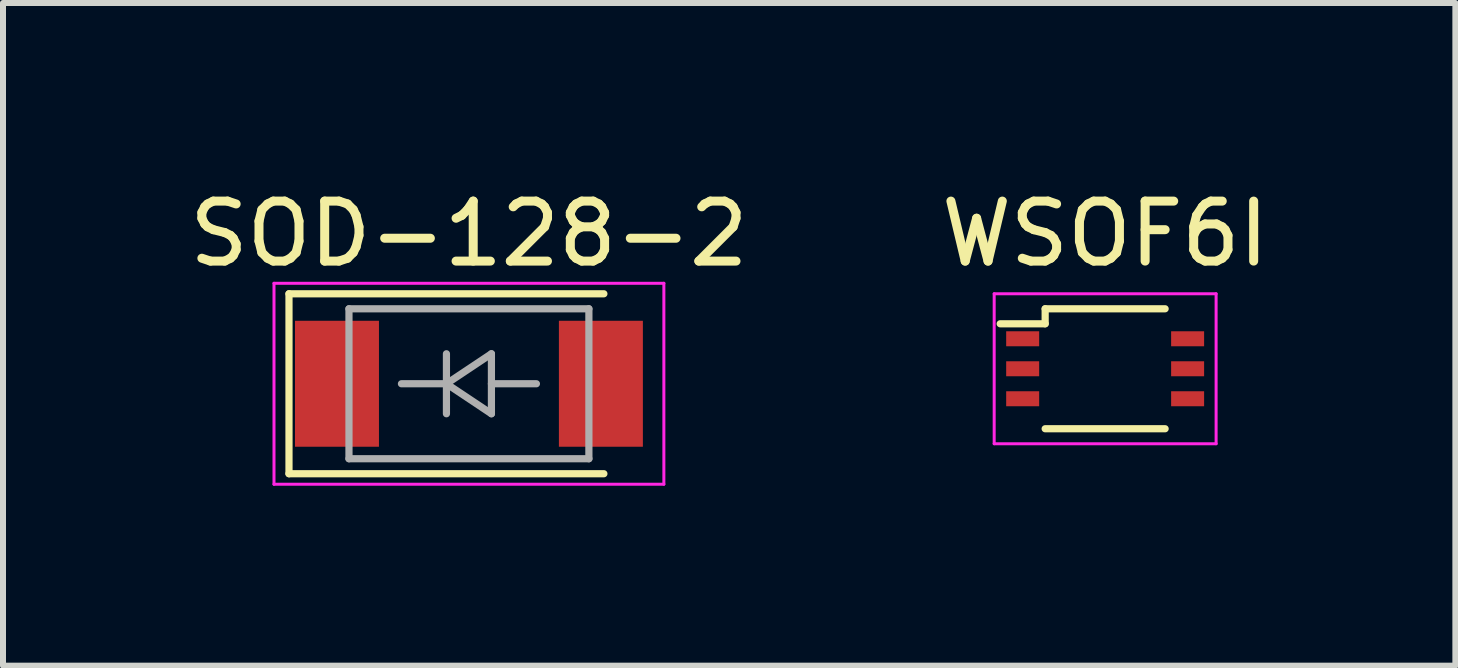
<source format=kicad_pcb>
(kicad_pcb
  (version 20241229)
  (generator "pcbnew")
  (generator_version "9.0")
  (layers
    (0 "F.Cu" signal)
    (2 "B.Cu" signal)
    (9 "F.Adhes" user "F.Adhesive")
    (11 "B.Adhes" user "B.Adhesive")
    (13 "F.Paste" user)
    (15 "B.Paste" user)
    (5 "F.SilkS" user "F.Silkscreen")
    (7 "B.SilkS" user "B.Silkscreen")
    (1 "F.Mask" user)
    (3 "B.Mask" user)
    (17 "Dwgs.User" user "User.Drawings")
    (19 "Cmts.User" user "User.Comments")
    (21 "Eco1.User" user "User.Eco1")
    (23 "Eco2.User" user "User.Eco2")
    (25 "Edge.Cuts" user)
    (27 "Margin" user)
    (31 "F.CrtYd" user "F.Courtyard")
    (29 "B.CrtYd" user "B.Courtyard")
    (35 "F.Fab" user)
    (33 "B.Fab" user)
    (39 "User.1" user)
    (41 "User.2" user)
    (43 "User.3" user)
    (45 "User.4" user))
  (footprint "SOD-128-2"
    (layer "F.Cu")
    (at 4.768 3.348)
    (property "Reference" "SOD-128-2" (at 0 -2.5 0) (layer "F.SilkS") (effects (font (size 1 1) (thickness 0.15))))
    (attr through_hole)
    (fp_line (start -3 -1.5) (end -3 1.5) (stroke (width 0.12) (type solid)) (layer "F.SilkS"))
    (fp_line (start -3 1.5) (end 2.25 1.5) (stroke (width 0.12) (type solid)) (layer "F.SilkS"))
    (fp_line (start 2.25 -1.5) (end -3 -1.5) (stroke (width 0.12) (type solid)) (layer "F.SilkS"))
    (fp_line (start -3.25 -1.675) (end -3.25 1.675) (stroke (width 0.05) (type solid)) (layer "F.CrtYd"))
    (fp_line (start -3.25 1.675) (end 3.25 1.675) (stroke (width 0.05) (type solid)) (layer "F.CrtYd"))
    (fp_line (start 3.25 -1.675) (end -3.25 -1.675) (stroke (width 0.05) (type solid)) (layer "F.CrtYd"))
    (fp_line (start 3.25 1.675) (end 3.25 -1.675) (stroke (width 0.05) (type solid)) (layer "F.CrtYd"))
    (fp_line (start -2 -1.25) (end -2 1.25) (stroke (width 0.12) (type solid)) (layer "F.Fab"))
    (fp_line (start -2 1.25) (end 2 1.25) (stroke (width 0.12) (type solid)) (layer "F.Fab"))
    (fp_line (start -0.375 -0.5) (end -0.375 0.5) (stroke (width 0.12) (type solid)) (layer "F.Fab"))
    (fp_line (start -0.375 0) (end -1.125 0) (stroke (width 0.12) (type solid)) (layer "F.Fab"))
    (fp_line (start -0.375 0) (end 0.375 -0.5) (stroke (width 0.12) (type solid)) (layer "F.Fab"))
    (fp_line (start 0.375 -0.5) (end 0.375 0.5) (stroke (width 0.12) (type solid)) (layer "F.Fab"))
    (fp_line (start 0.375 0) (end 1.125 0) (stroke (width 0.12) (type solid)) (layer "F.Fab"))
    (fp_line (start 0.375 0.5) (end -0.375 0) (stroke (width 0.12) (type solid)) (layer "F.Fab"))
    (fp_line (start 2 -1.25) (end -2 -1.25) (stroke (width 0.12) (type solid)) (layer "F.Fab"))
    (fp_line (start 2 1.25) (end 2 -1.25) (stroke (width 0.12) (type solid)) (layer "F.Fab"))
    (pad "1" smd rect (at -2.2 0) (size 1.4 2.1) (layers "F.Cu" "F.Mask" "F.Paste"))
    (pad "2" smd rect (at 2.2 0) (size 1.4 2.1) (layers "F.Cu" "F.Mask" "F.Paste")))
  (footprint "WSOF6I"
    (layer "F.Cu")
    (at 15.375 3.098)
    (property "Reference" "WSOF6I" (at 0 -2.25 0) (layer "F.SilkS") (effects (font (size 1 1) (thickness 0.15))))
    (attr through_hole)
    (fp_line (start -1.75 -0.75) (end -1 -0.75) (stroke (width 0.12) (type solid)) (layer "F.SilkS"))
    (fp_line (start -1 -1) (end 1 -1) (stroke (width 0.12) (type solid)) (layer "F.SilkS"))
    (fp_line (start -1 -0.75) (end -1 -1) (stroke (width 0.12) (type solid)) (layer "F.SilkS"))
    (fp_line (start -1 1) (end 1 1) (stroke (width 0.12) (type solid)) (layer "F.SilkS"))
    (fp_line (start -1.85 -1.25) (end 1.85 -1.25) (stroke (width 0.05) (type solid)) (layer "F.CrtYd"))
    (fp_line (start -1.85 1.25) (end -1.85 -1.25) (stroke (width 0.05) (type solid)) (layer "F.CrtYd"))
    (fp_line (start 1.85 -1.25) (end 1.85 1.25) (stroke (width 0.05) (type solid)) (layer "F.CrtYd"))
    (fp_line (start 1.85 1.25) (end -1.85 1.25) (stroke (width 0.05) (type solid)) (layer "F.CrtYd"))
    (pad "1" smd rect (at -1.375 -0.5) (size 0.55 0.25) (layers "F.Cu" "F.Mask" "F.Paste"))
    (pad "2" smd rect (at -1.375 0) (size 0.55 0.25) (layers "F.Cu" "F.Mask" "F.Paste"))
    (pad "3" smd rect (at -1.375 0.5) (size 0.55 0.25) (layers "F.Cu" "F.Mask" "F.Paste"))
    (pad "4" smd rect (at 1.375 0.5) (size 0.55 0.25) (layers "F.Cu" "F.Mask" "F.Paste"))
    (pad "5" smd rect (at 1.375 0) (size 0.55 0.25) (layers "F.Cu" "F.Mask" "F.Paste"))
    (pad "6" smd rect (at 1.375 -0.5) (size 0.55 0.25) (layers "F.Cu" "F.Mask" "F.Paste")))
  (gr_rect
    (start -3 -3)
    (end 21.214 8.048)
    (stroke (width 0.1) (type default))
    (fill no)
    (layer "Edge.Cuts")))
</source>
